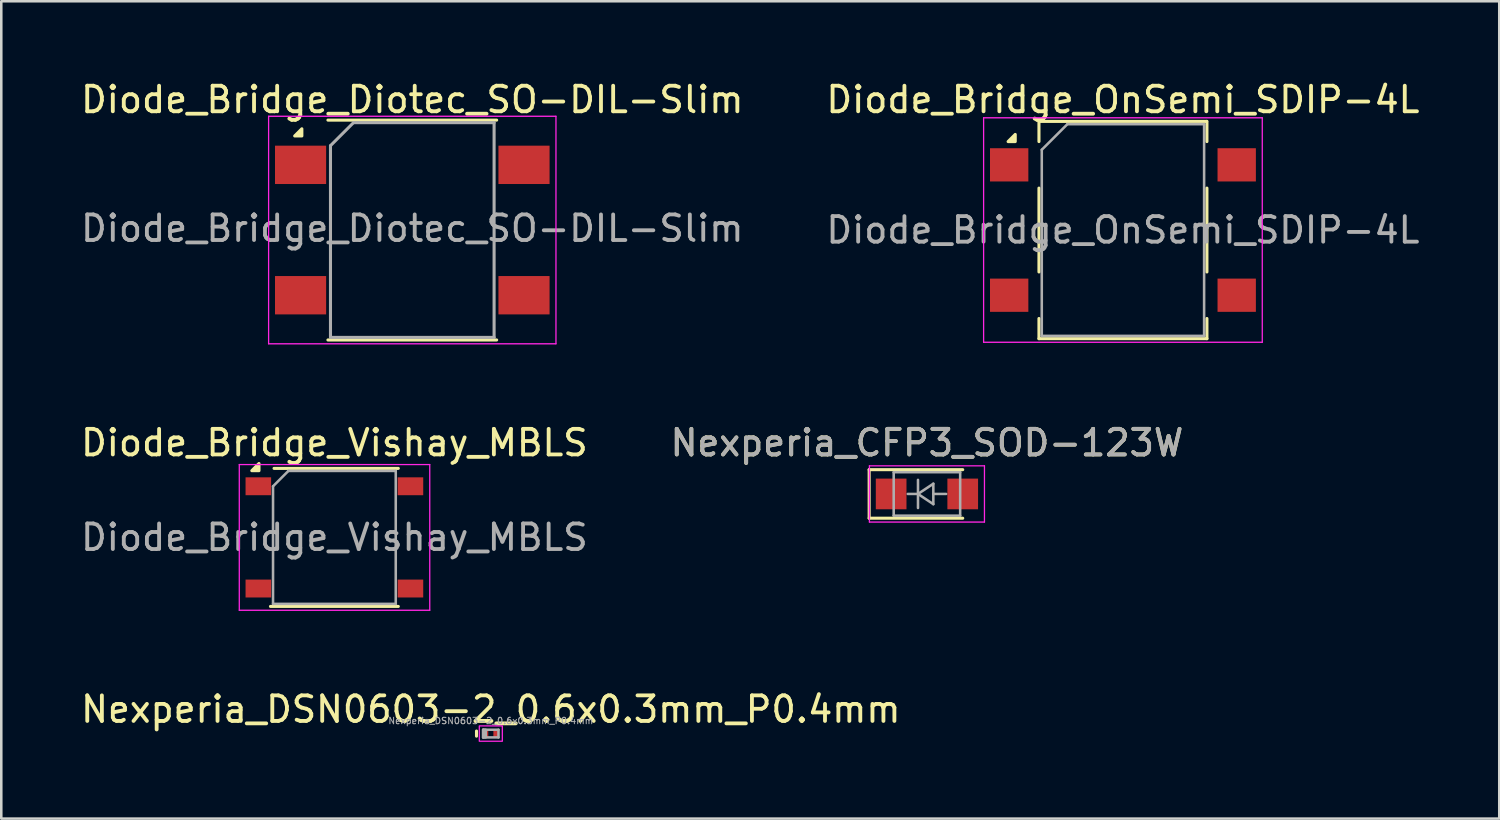
<source format=kicad_pcb>
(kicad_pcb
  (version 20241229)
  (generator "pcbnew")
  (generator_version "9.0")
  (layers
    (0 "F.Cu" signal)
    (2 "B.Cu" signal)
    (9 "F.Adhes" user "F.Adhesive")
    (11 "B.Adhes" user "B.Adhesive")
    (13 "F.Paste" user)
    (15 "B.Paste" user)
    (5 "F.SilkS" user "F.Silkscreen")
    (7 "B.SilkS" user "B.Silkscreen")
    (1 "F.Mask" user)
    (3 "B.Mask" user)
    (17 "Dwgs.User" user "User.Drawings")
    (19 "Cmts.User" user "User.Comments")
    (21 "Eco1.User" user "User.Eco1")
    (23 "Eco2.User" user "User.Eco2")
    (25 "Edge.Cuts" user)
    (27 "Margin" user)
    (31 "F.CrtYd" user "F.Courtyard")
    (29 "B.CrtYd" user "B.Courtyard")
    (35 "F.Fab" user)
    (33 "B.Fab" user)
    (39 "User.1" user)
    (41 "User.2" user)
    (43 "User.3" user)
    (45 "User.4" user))
  (footprint "Diode_Bridge_Diotec_SO-DIL-Slim"
    (layer "F.Cu")
    (at 13.077 5.948)
    (property "Reference" "Diode_Bridge_Diotec_SO-DIL-Slim" (at 0 -5.1 0) (layer "F.SilkS") (effects (font (size 1 1) (thickness 0.15))))
    (attr smd)
    (fp_line (start -3.3 -4.3) (end 3.3 -4.3) (stroke (width 0.12) (type solid)) (layer "F.SilkS"))
    (fp_line (start -3.3 4.3) (end 3.3 4.3) (stroke (width 0.12) (type solid)) (layer "F.SilkS"))
    (fp_poly (pts (xy -4.32 -3.68) (xy -4.6 -3.68) (xy -4.32 -3.96) (xy -4.32 -3.68)) (stroke (width 0.12) (type solid)) (fill yes) (layer "F.SilkS"))
    (fp_line (start -5.62 -4.45) (end -5.62 4.45) (stroke (width 0.05) (type solid)) (layer "F.CrtYd"))
    (fp_line (start -5.62 -4.45) (end 5.62 -4.45) (stroke (width 0.05) (type solid)) (layer "F.CrtYd"))
    (fp_line (start 5.62 4.45) (end -5.62 4.45) (stroke (width 0.05) (type solid)) (layer "F.CrtYd"))
    (fp_line (start 5.62 4.45) (end 5.62 -4.45) (stroke (width 0.05) (type solid)) (layer "F.CrtYd"))
    (fp_line (start -3.2 -3.3) (end -2.3 -4.2) (stroke (width 0.12) (type solid)) (layer "F.Fab"))
    (fp_line (start -3.2 4.2) (end -3.2 -3.3) (stroke (width 0.12) (type solid)) (layer "F.Fab"))
    (fp_line (start -2.3 -4.2) (end 3.2 -4.2) (stroke (width 0.12) (type solid)) (layer "F.Fab"))
    (fp_line (start 3.2 -4.2) (end 3.2 4.2) (stroke (width 0.12) (type solid)) (layer "F.Fab"))
    (fp_line (start 3.2 4.2) (end -3.2 4.2) (stroke (width 0.12) (type solid)) (layer "F.Fab"))
    (fp_text user "${REFERENCE}" (at 0 -0.065 0) (layer "F.Fab") (effects (font (size 1 1) (thickness 0.15))))
    (pad "1" smd rect (at -4.37 -2.55) (size 2 1.5) (layers "F.Cu" "F.Mask" "F.Paste"))
    (pad "2" smd rect (at -4.37 2.55) (size 2 1.5) (layers "F.Cu" "F.Mask" "F.Paste"))
    (pad "3" smd rect (at 4.37 2.55) (size 2 1.5) (layers "F.Cu" "F.Mask" "F.Paste"))
    (pad "4" smd rect (at 4.37 -2.55) (size 2 1.5) (layers "F.Cu" "F.Mask" "F.Paste")))
  (footprint "Diode_Bridge_Vishay_MBLS"
    (layer "F.Cu")
    (at 10.03 17.971)
    (property "Reference" "Diode_Bridge_Vishay_MBLS" (at 0 -3.7 0) (layer "F.SilkS") (effects (font (size 1 1) (thickness 0.15))))
    (attr smd)
    (fp_line (start 2.5 -2.7) (end -2.36 -2.7) (stroke (width 0.12) (type solid)) (layer "F.SilkS"))
    (fp_line (start 2.5 2.7) (end -2.5 2.7) (stroke (width 0.12) (type solid)) (layer "F.SilkS"))
    (fp_poly (pts (xy -2.95 -2.61) (xy -3.23 -2.61) (xy -2.95 -2.89) (xy -2.95 -2.61)) (stroke (width 0.12) (type solid)) (fill yes) (layer "F.SilkS"))
    (fp_line (start -3.72 -2.85) (end -3.72 2.85) (stroke (width 0.05) (type solid)) (layer "F.CrtYd"))
    (fp_line (start -3.72 -2.85) (end 3.73 -2.85) (stroke (width 0.05) (type solid)) (layer "F.CrtYd"))
    (fp_line (start 3.73 2.85) (end -3.72 2.85) (stroke (width 0.05) (type solid)) (layer "F.CrtYd"))
    (fp_line (start 3.73 2.85) (end 3.73 -2.85) (stroke (width 0.05) (type solid)) (layer "F.CrtYd"))
    (fp_line (start -2.4 -2) (end -2.4 2.6) (stroke (width 0.1) (type solid)) (layer "F.Fab"))
    (fp_line (start -2.4 2.6) (end 2.4 2.6) (stroke (width 0.1) (type solid)) (layer "F.Fab"))
    (fp_line (start -1.8 -2.6) (end -2.4 -2) (stroke (width 0.1) (type solid)) (layer "F.Fab"))
    (fp_line (start 2.4 -2.6) (end -1.8 -2.6) (stroke (width 0.1) (type solid)) (layer "F.Fab"))
    (fp_line (start 2.4 2.6) (end 2.4 -2.6) (stroke (width 0.1) (type solid)) (layer "F.Fab"))
    (fp_text user "${REFERENCE}" (at 0 0 0) (layer "F.Fab") (effects (font (size 1 1) (thickness 0.15))))
    (pad "1" smd rect (at -2.975 -2) (size 1 0.7) (layers "F.Cu" "F.Mask" "F.Paste"))
    (pad "2" smd rect (at 2.975 -2) (size 1 0.7) (layers "F.Cu" "F.Mask" "F.Paste"))
    (pad "3" smd rect (at 2.975 2) (size 1 0.7) (layers "F.Cu" "F.Mask" "F.Paste"))
    (pad "4" smd rect (at -2.975 2) (size 1 0.7) (layers "F.Cu" "F.Mask" "F.Paste")))
  (footprint "Nexperia_CFP3_SOD-123W"
    (layer "F.Cu")
    (at 33.208 16.271)
    (property "Reference" "Nexperia_CFP3_SOD-123W" (at 0 -2 0) (layer "F.SilkS") (effects (font (size 1 1) (thickness 0.15))))
    (attr smd)
    (fp_line (start -2.26 -0.95) (end -2.26 0.95) (stroke (width 0.12) (type solid)) (layer "F.SilkS"))
    (fp_line (start -2.26 -0.95) (end 1.4 -0.95) (stroke (width 0.12) (type solid)) (layer "F.SilkS"))
    (fp_line (start -2.26 0.95) (end 1.4 0.95) (stroke (width 0.12) (type solid)) (layer "F.SilkS"))
    (fp_line (start -2.25 -1.1) (end -2.25 1.1) (stroke (width 0.05) (type solid)) (layer "F.CrtYd"))
    (fp_line (start -2.25 -1.1) (end 2.25 -1.1) (stroke (width 0.05) (type solid)) (layer "F.CrtYd"))
    (fp_line (start 2.25 -1.1) (end 2.25 1.1) (stroke (width 0.05) (type solid)) (layer "F.CrtYd"))
    (fp_line (start 2.25 1.1) (end -2.25 1.1) (stroke (width 0.05) (type solid)) (layer "F.CrtYd"))
    (fp_line (start -1.3 -0.85) (end 1.3 -0.85) (stroke (width 0.1) (type solid)) (layer "F.Fab"))
    (fp_line (start -1.3 0.85) (end -1.3 -0.85) (stroke (width 0.1) (type solid)) (layer "F.Fab"))
    (fp_line (start -0.75 0) (end -0.35 0) (stroke (width 0.1) (type solid)) (layer "F.Fab"))
    (fp_line (start -0.35 -0.55) (end -0.35 0.55) (stroke (width 0.1) (type solid)) (layer "F.Fab"))
    (fp_line (start -0.35 0) (end 0.25 -0.4) (stroke (width 0.1) (type solid)) (layer "F.Fab"))
    (fp_line (start -0.35 0) (end 0.25 0.4) (stroke (width 0.1) (type solid)) (layer "F.Fab"))
    (fp_line (start 0.25 -0.4) (end 0.25 0.4) (stroke (width 0.1) (type solid)) (layer "F.Fab"))
    (fp_line (start 0.75 0) (end 0.25 0) (stroke (width 0.1) (type solid)) (layer "F.Fab"))
    (fp_line (start 1.3 -0.85) (end 1.3 0.85) (stroke (width 0.1) (type solid)) (layer "F.Fab"))
    (fp_line (start 1.3 0.85) (end -1.3 0.85) (stroke (width 0.1) (type solid)) (layer "F.Fab"))
    (fp_text user "${REFERENCE}" (at 0 -2 0) (layer "F.Fab") (effects (font (size 1 1) (thickness 0.15))))
    (pad "1" smd rect (at -1.4 0) (size 1.2 1.2) (layers "F.Cu" "F.Mask" "F.Paste"))
    (pad "2" smd rect (at 1.4 0) (size 1.2 1.2) (layers "F.Cu" "F.Mask" "F.Paste")))
  (footprint "Diode_Bridge_OnSemi_SDIP-4L"
    (layer "F.Cu")
    (at 40.875 5.948)
    (property "Reference" "Diode_Bridge_OnSemi_SDIP-4L" (at 0 -5.1 0) (layer "F.SilkS") (effects (font (size 1 1) (thickness 0.15))))
    (attr smd)
    (fp_line (start -3.285 -4.25) (end -3.285 -3.46) (stroke (width 0.12) (type solid)) (layer "F.SilkS"))
    (fp_line (start -3.285 -1.64) (end -3.285 1.64) (stroke (width 0.12) (type solid)) (layer "F.SilkS"))
    (fp_line (start -3.285 3.46) (end -3.285 4.25) (stroke (width 0.12) (type solid)) (layer "F.SilkS"))
    (fp_line (start -3.285 4.25) (end 3.285 4.25) (stroke (width 0.12) (type solid)) (layer "F.SilkS"))
    (fp_line (start -3.275 -4.25) (end 3.275 -4.25) (stroke (width 0.12) (type solid)) (layer "F.SilkS"))
    (fp_line (start 3.285 -3.46) (end 3.285 -4.25) (stroke (width 0.12) (type solid)) (layer "F.SilkS"))
    (fp_line (start 3.285 -1.64) (end 3.285 1.64) (stroke (width 0.12) (type solid)) (layer "F.SilkS"))
    (fp_line (start 3.285 4.25) (end 3.285 3.46) (stroke (width 0.12) (type solid)) (layer "F.SilkS"))
    (fp_poly (pts (xy -4.213 -3.46) (xy -4.492 -3.46) (xy -4.213 -3.74) (xy -4.213 -3.46)) (stroke (width 0.12) (type solid)) (fill yes) (layer "F.SilkS"))
    (fp_line (start -5.45 -4.39) (end -5.45 4.39) (stroke (width 0.05) (type solid)) (layer "F.CrtYd"))
    (fp_line (start -5.45 -4.39) (end 5.45 -4.39) (stroke (width 0.05) (type solid)) (layer "F.CrtYd"))
    (fp_line (start 5.45 4.39) (end -5.45 4.39) (stroke (width 0.05) (type solid)) (layer "F.CrtYd"))
    (fp_line (start 5.45 4.39) (end 5.45 -4.39) (stroke (width 0.05) (type solid)) (layer "F.CrtYd"))
    (fp_line (start -3.175 -3.14) (end -2.175 -4.14) (stroke (width 0.1) (type solid)) (layer "F.Fab"))
    (fp_line (start -3.175 4.14) (end -3.175 -3.14) (stroke (width 0.1) (type solid)) (layer "F.Fab"))
    (fp_line (start -2.175 -4.14) (end 3.175 -4.14) (stroke (width 0.1) (type solid)) (layer "F.Fab"))
    (fp_line (start 3.175 -4.14) (end 3.175 4.14) (stroke (width 0.1) (type solid)) (layer "F.Fab"))
    (fp_line (start 3.175 4.14) (end -3.175 4.14) (stroke (width 0.1) (type solid)) (layer "F.Fab"))
    (fp_text user "${REFERENCE}" (at 0 0 0) (layer "F.Fab") (effects (font (size 1 1) (thickness 0.15))))
    (pad "1" smd rect (at -4.45 -2.55) (size 1.5 1.3) (layers "F.Cu" "F.Mask" "F.Paste"))
    (pad "2" smd rect (at -4.45 2.55) (size 1.5 1.3) (layers "F.Cu" "F.Mask" "F.Paste"))
    (pad "3" smd rect (at 4.45 2.55) (size 1.5 1.3) (layers "F.Cu" "F.Mask" "F.Paste"))
    (pad "4" smd rect (at 4.45 -2.55) (size 1.5 1.3) (layers "F.Cu" "F.Mask" "F.Paste")))
  (footprint "Nexperia_DSN0603-2_0.6x0.3mm_P0.4mm"
    (layer "F.Cu")
    (at 16.149 25.645)
    (property "Reference" "Nexperia_DSN0603-2_0.6x0.3mm_P0.4mm" (at 0 -0.95 0) (layer "F.SilkS") (effects (font (size 1 1) (thickness 0.15))))
    (attr smd)
    (fp_line (start -0.56 0.1) (end -0.56 -0.1) (stroke (width 0.12) (type solid)) (layer "F.SilkS"))
    (fp_circle (center -0.208 0) (end -0.208 -0.128) (stroke (width 0) (type solid)) (fill yes) (layer "F.Paste"))
    (fp_circle (center 0.208 0) (end 0.208 -0.128) (stroke (width 0) (type solid)) (fill yes) (layer "F.Paste"))
    (fp_rect (start -0.45 0.3) (end 0.45 -0.3) (stroke (width 0.05) (type solid)) (fill no) (layer "F.CrtYd"))
    (fp_line (start -0.3 -0.15) (end 0.3 -0.15) (stroke (width 0.1) (type solid)) (layer "F.Fab"))
    (fp_line (start -0.3 0.15) (end -0.3 -0.15) (stroke (width 0.1) (type solid)) (layer "F.Fab"))
    (fp_line (start 0.3 -0.15) (end 0.3 0.15) (stroke (width 0.1) (type solid)) (layer "F.Fab"))
    (fp_line (start 0.3 0.15) (end -0.3 0.15) (stroke (width 0.1) (type solid)) (layer "F.Fab"))
    (fp_rect (start -0.3 -0.15) (end -0.2 0.15) (stroke (width 0.1) (type solid)) (fill no) (layer "F.Fab"))
    (fp_text user "${REFERENCE}" (at 0 -0.5 180) (layer "F.Fab") (effects (font (size 0.25 0.25) (thickness 0.04))))
    (pad "1" smd rect (at -0.2 0 90) (size 0.28 0.2) (layers "F.Cu" "F.Mask"))
    (pad "2" smd rect (at 0.2 0 90) (size 0.28 0.2) (layers "F.Cu" "F.Mask")))
  (gr_rect
    (start -3 -3)
    (end 55.595 28.97)
    (stroke (width 0.1) (type default))
    (fill no)
    (layer "Edge.Cuts")))
</source>
